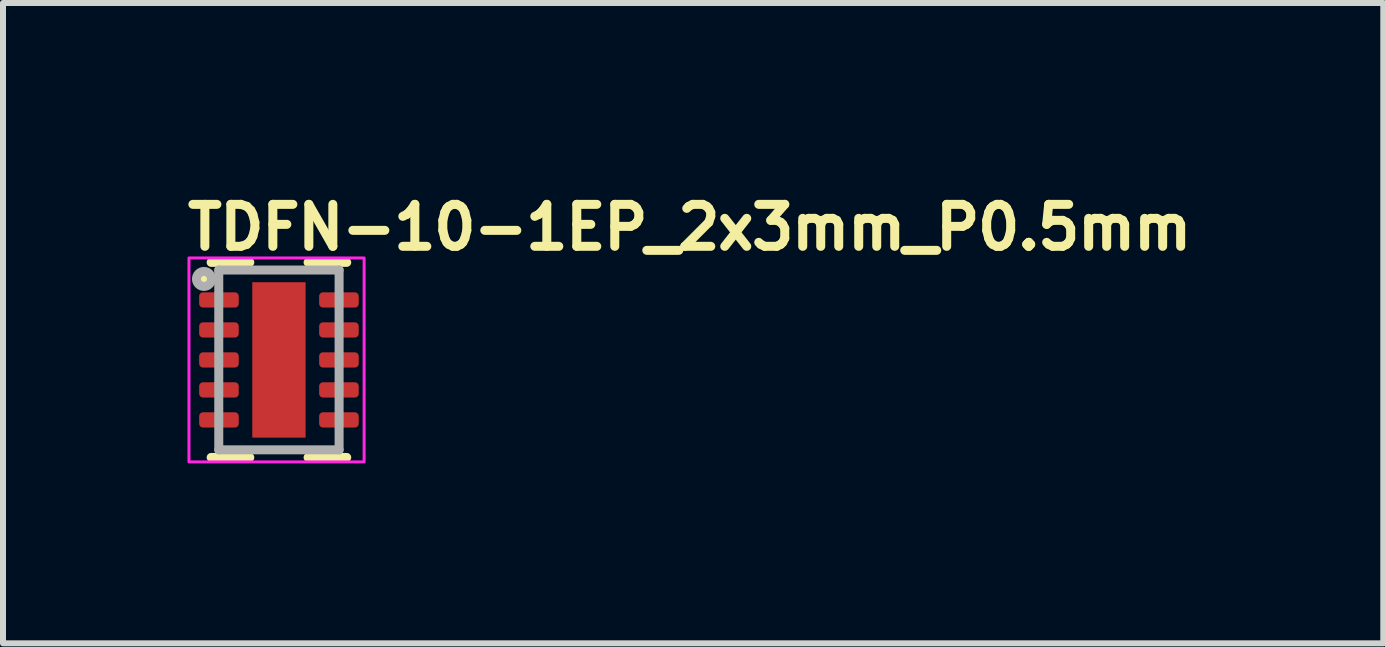
<source format=kicad_pcb>
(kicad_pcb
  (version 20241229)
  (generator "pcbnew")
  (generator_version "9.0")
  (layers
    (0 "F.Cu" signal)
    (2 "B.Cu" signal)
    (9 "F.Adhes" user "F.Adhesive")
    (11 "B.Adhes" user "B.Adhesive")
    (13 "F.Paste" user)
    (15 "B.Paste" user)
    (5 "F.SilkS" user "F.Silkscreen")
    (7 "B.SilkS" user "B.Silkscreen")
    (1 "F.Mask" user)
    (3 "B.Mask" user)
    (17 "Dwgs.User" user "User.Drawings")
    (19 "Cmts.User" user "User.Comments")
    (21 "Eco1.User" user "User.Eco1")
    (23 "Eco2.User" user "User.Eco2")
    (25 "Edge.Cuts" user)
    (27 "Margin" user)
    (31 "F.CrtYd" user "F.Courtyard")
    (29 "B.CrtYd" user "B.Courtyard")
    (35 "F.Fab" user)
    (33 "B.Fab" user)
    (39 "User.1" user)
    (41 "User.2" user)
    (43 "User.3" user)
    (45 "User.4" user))
  (footprint "TDFN-10-1EP_2x3mm_P0.5mm"
    (layer "F.Cu")
    (at 1.6 2.95)
    (property "Reference" "TDFN-10-1EP_2x3mm_P0.5mm" (at -1.6 -1.8 0) (unlocked yes) (layer "F.SilkS") (effects (font (size 0.7 0.7) (thickness 0.15)) (justify left bottom)))
    (attr smd)
    (fp_line (start -1.13 1.626) (end -0.486 1.626) (stroke (width 0.15) (type solid)) (layer "F.SilkS"))
    (fp_line (start -0.486 -1.626) (end -1.13 -1.626) (stroke (width 0.15) (type solid)) (layer "F.SilkS"))
    (fp_line (start 0.486 1.626) (end 1.13 1.626) (stroke (width 0.15) (type solid)) (layer "F.SilkS"))
    (fp_line (start 1.13 -1.626) (end 0.486 -1.626) (stroke (width 0.15) (type solid)) (layer "F.SilkS"))
    (fp_circle (center -1.25 -1.35) (end -1.2 -1.35) (stroke (width 0.15) (type solid)) (fill yes) (layer "F.SilkS"))
    (fp_rect (start -1.5 -1.7) (end 1.42 1.7) (stroke (width 0.05) (type solid)) (fill no) (layer "F.CrtYd"))
    (fp_line (start -1.003 -1.499) (end -1.003 1.499) (stroke (width 0.15) (type solid)) (layer "F.Fab"))
    (fp_line (start -1.003 1.499) (end 1.003 1.499) (stroke (width 0.15) (type solid)) (layer "F.Fab"))
    (fp_line (start 1.003 -1.499) (end -1.003 -1.499) (stroke (width 0.15) (type solid)) (layer "F.Fab"))
    (fp_line (start 1.003 1.499) (end 1.003 -1.499) (stroke (width 0.15) (type solid)) (layer "F.Fab"))
    (fp_circle (center -1.25 -1.35) (end -1.2 -1.35) (stroke (width 0.15) (type solid)) (fill no) (layer "F.Fab"))
    (fp_rect (start -1.003 -1.499) (end 1.003 1.499) (stroke (width 0.1) (type solid)) (fill no) (layer "User.5"))
    (fp_line (start -1.003 -1.499) (end -1.003 1.499) (stroke (width 0.02) (type solid)) (layer "User.9"))
    (fp_line (start -1.003 1.499) (end 1.003 1.499) (stroke (width 0.02) (type solid)) (layer "User.9"))
    (fp_line (start -0.853 -1) (end -0.849 -0.981) (stroke (width 0.02) (type solid)) (layer "User.9"))
    (fp_line (start -0.849 -1.019) (end -0.853 -1) (stroke (width 0.02) (type solid)) (layer "User.9"))
    (fp_line (start -0.849 -0.981) (end -0.838 -0.965) (stroke (width 0.02) (type solid)) (layer "User.9"))
    (fp_line (start -0.838 -1.035) (end -0.849 -1.019) (stroke (width 0.02) (type solid)) (layer "User.9"))
    (fp_line (start -0.838 -0.965) (end -0.822 -0.954) (stroke (width 0.02) (type solid)) (layer "User.9"))
    (fp_line (start -0.822 -1.046) (end -0.838 -1.035) (stroke (width 0.02) (type solid)) (layer "User.9"))
    (fp_line (start -0.822 -0.954) (end -0.803 -0.95) (stroke (width 0.02) (type solid)) (layer "User.9"))
    (fp_line (start -0.803 -1.05) (end -0.822 -1.046) (stroke (width 0.02) (type solid)) (layer "User.9"))
    (fp_line (start -0.803 -0.95) (end -0.784 -0.954) (stroke (width 0.02) (type solid)) (layer "User.9"))
    (fp_line (start -0.784 -1.046) (end -0.803 -1.05) (stroke (width 0.02) (type solid)) (layer "User.9"))
    (fp_line (start -0.784 -0.954) (end -0.768 -0.965) (stroke (width 0.02) (type solid)) (layer "User.9"))
    (fp_line (start -0.768 -1.035) (end -0.784 -1.046) (stroke (width 0.02) (type solid)) (layer "User.9"))
    (fp_line (start -0.768 -0.965) (end -0.757 -0.981) (stroke (width 0.02) (type solid)) (layer "User.9"))
    (fp_line (start -0.757 -1.019) (end -0.768 -1.035) (stroke (width 0.02) (type solid)) (layer "User.9"))
    (fp_line (start -0.757 -0.981) (end -0.753 -1) (stroke (width 0.02) (type solid)) (layer "User.9"))
    (fp_line (start -0.753 -1) (end -0.757 -1.019) (stroke (width 0.02) (type solid)) (layer "User.9"))
    (fp_line (start 1.003 -1.499) (end -1.003 -1.499) (stroke (width 0.02) (type solid)) (layer "User.9"))
    (fp_line (start 1.003 1.499) (end 1.003 -1.499) (stroke (width 0.02) (type solid)) (layer "User.9"))
    (pad "" smd roundrect (at 0 0) (size 0.75 2.4) (layers "F.Paste") (roundrect_rratio 0.25))
    (pad "1" smd roundrect (at -1 -1) (size 0.66 0.254) (layers "F.Cu" "F.Mask" "F.Paste") (roundrect_rratio 0.25))
    (pad "2" smd roundrect (at -1 -0.5) (size 0.66 0.254) (layers "F.Cu" "F.Mask" "F.Paste") (roundrect_rratio 0.25))
    (pad "3" smd roundrect (at -1 0) (size 0.66 0.254) (layers "F.Cu" "F.Mask" "F.Paste") (roundrect_rratio 0.25))
    (pad "4" smd roundrect (at -1 0.5) (size 0.66 0.254) (layers "F.Cu" "F.Mask" "F.Paste") (roundrect_rratio 0.25))
    (pad "5" smd roundrect (at -1 1) (size 0.66 0.254) (layers "F.Cu" "F.Mask" "F.Paste") (roundrect_rratio 0.25))
    (pad "6" smd roundrect (at 1 1) (size 0.66 0.254) (layers "F.Cu" "F.Mask" "F.Paste") (roundrect_rratio 0.25))
    (pad "7" smd roundrect (at 1 0.5) (size 0.66 0.254) (layers "F.Cu" "F.Mask" "F.Paste") (roundrect_rratio 0.25))
    (pad "8" smd roundrect (at 1 0) (size 0.66 0.254) (layers "F.Cu" "F.Mask" "F.Paste") (roundrect_rratio 0.25))
    (pad "9" smd roundrect (at 1 -0.5) (size 0.66 0.254) (layers "F.Cu" "F.Mask" "F.Paste") (roundrect_rratio 0.25))
    (pad "10" smd roundrect (at 1 -1) (size 0.66 0.254) (layers "F.Cu" "F.Mask" "F.Paste") (roundrect_rratio 0.25))
    (pad "11" smd rect (at 0 0) (size 0.889 2.591) (layers "F.Cu" "F.Mask")))
  (gr_rect
    (start -3 -3)
    (end 20.01 7.675)
    (stroke (width 0.1) (type default))
    (fill no)
    (layer "Edge.Cuts")))
</source>
